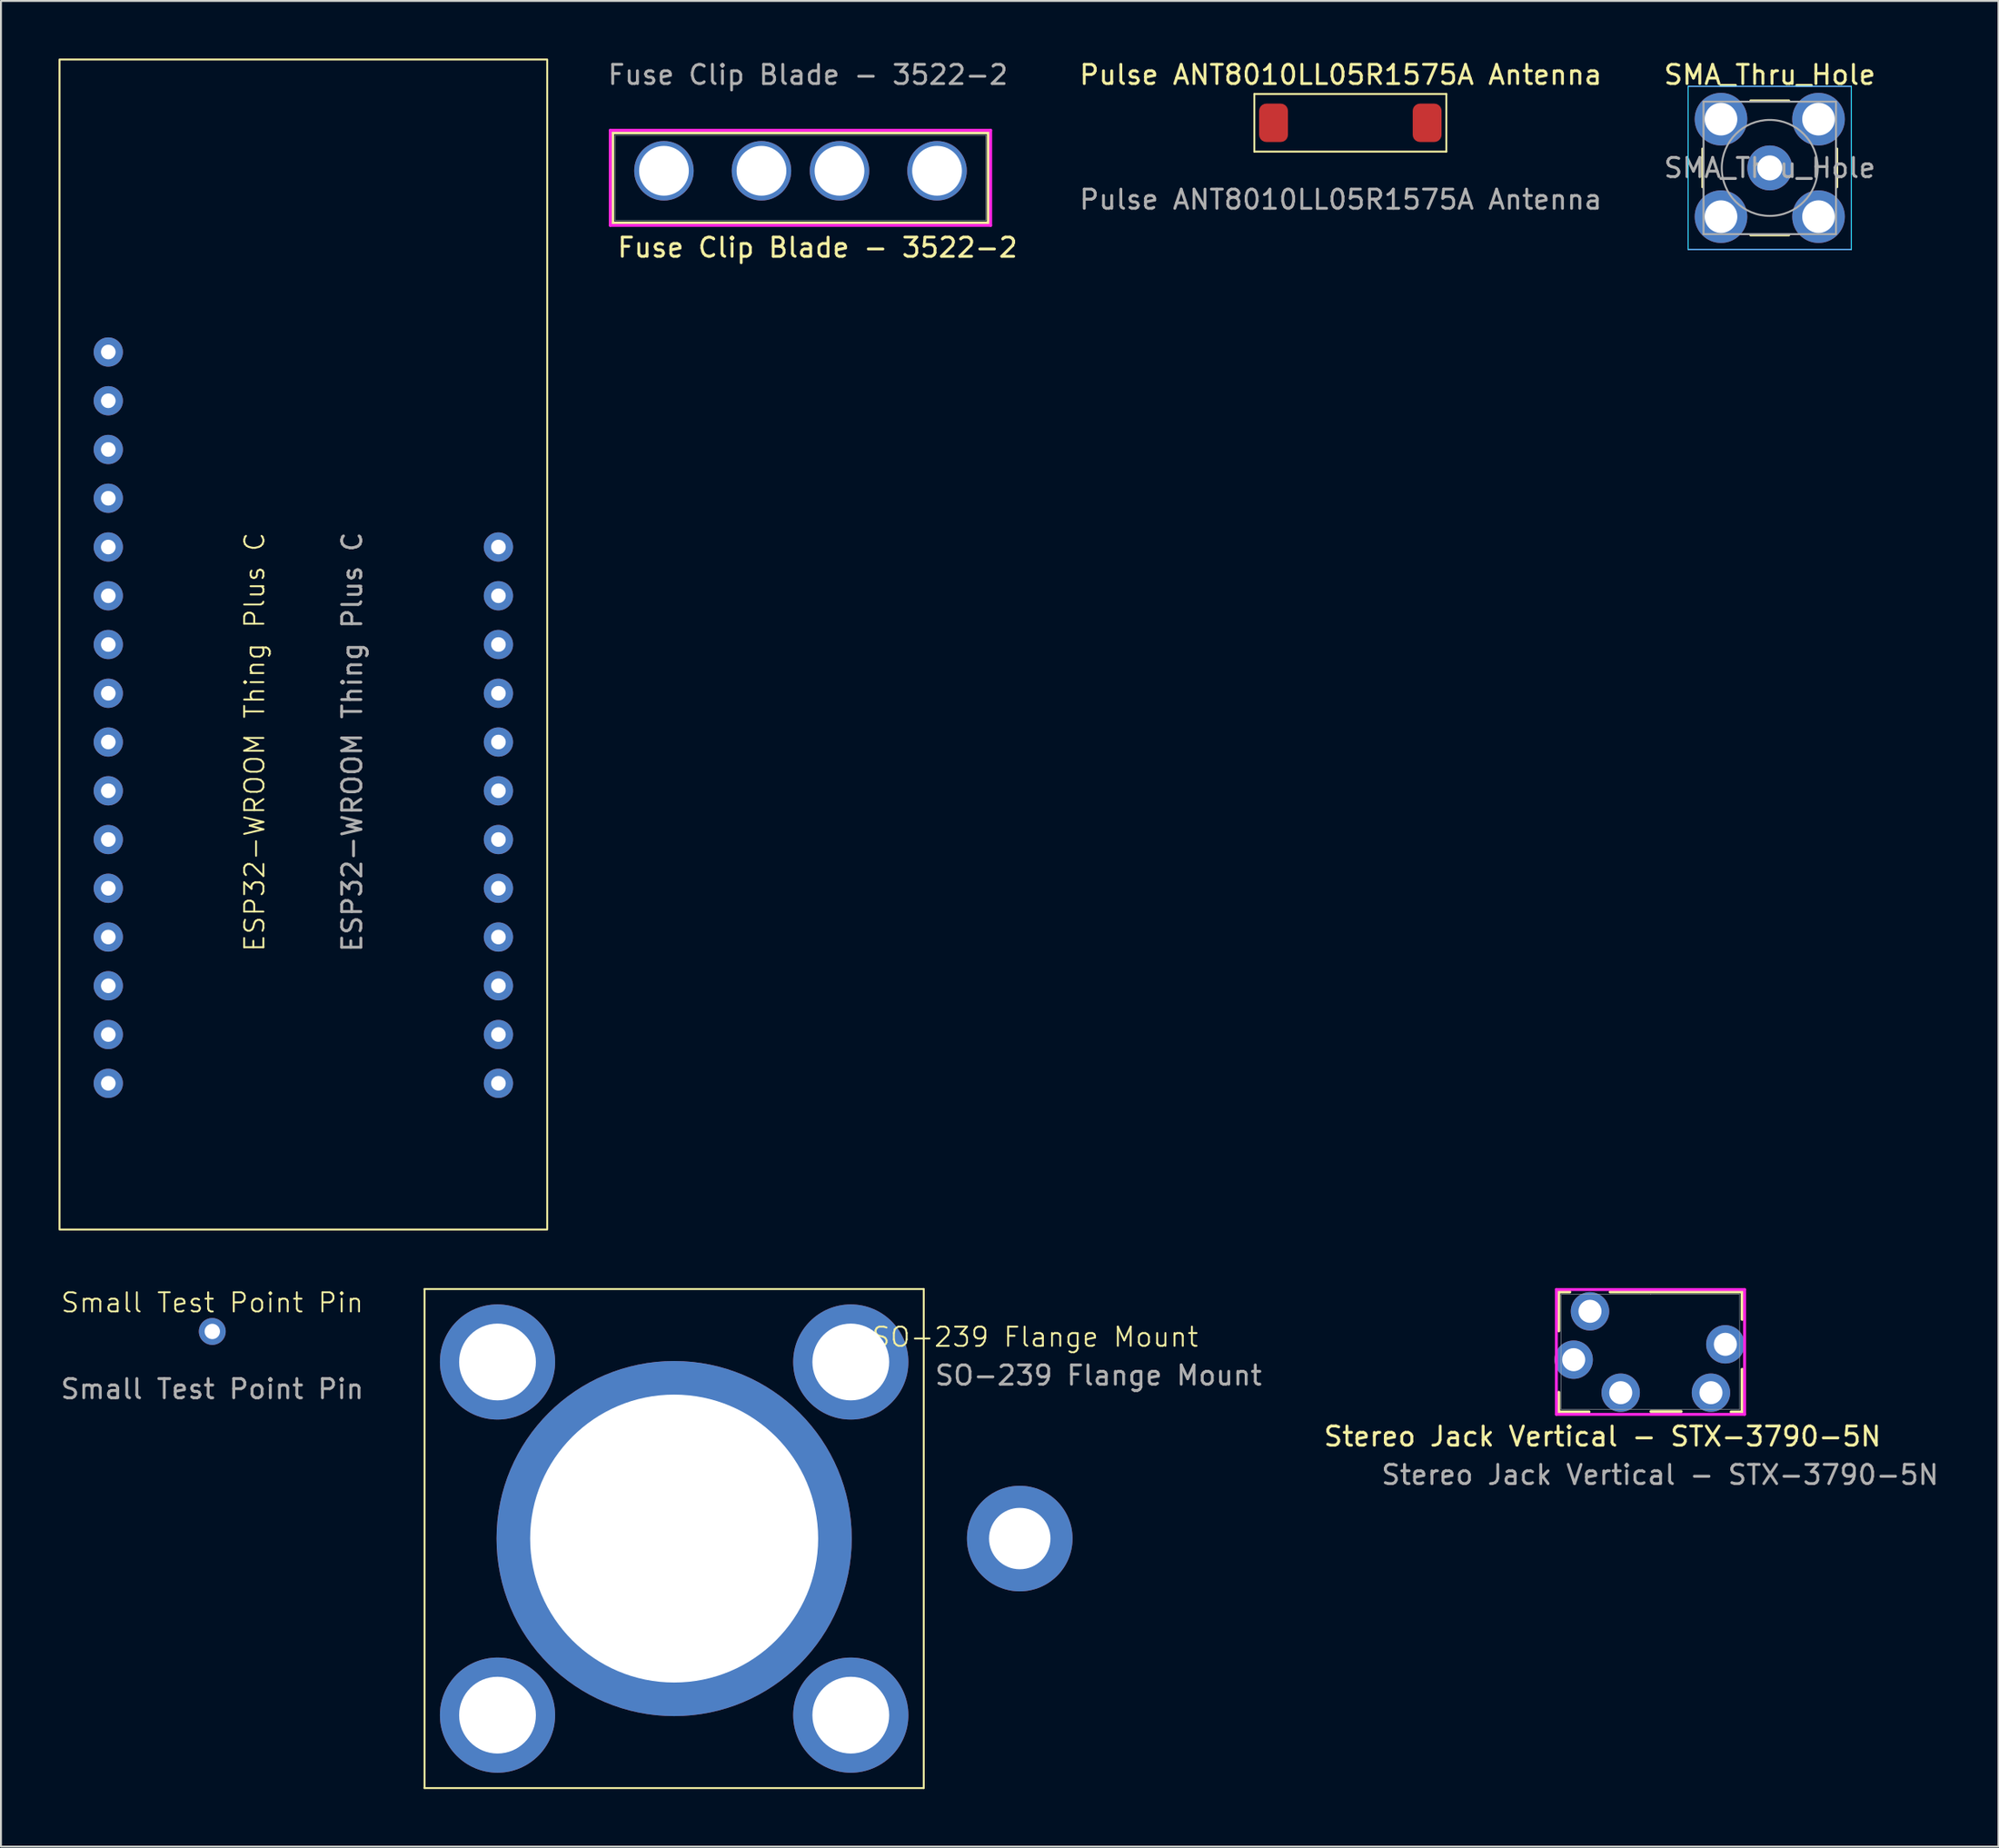
<source format=kicad_pcb>
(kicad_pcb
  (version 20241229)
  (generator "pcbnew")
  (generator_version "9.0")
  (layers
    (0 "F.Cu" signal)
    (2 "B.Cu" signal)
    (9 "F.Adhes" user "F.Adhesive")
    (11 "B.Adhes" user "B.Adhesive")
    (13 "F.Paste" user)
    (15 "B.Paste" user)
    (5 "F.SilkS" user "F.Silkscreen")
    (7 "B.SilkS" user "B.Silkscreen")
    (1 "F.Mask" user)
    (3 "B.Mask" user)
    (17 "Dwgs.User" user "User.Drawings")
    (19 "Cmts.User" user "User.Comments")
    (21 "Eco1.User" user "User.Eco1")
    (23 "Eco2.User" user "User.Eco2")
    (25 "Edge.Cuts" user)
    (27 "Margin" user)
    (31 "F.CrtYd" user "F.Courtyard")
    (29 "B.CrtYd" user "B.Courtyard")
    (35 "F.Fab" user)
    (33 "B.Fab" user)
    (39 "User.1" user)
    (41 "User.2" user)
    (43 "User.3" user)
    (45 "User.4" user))
  (footprint "Fuse Clip Blade - 3522-2"
    (layer "F.Cu")
    (at 31.53 5.848)
    (property "Reference" "Fuse Clip Blade - 3522-2" (at 8 4 0) (unlocked yes) (layer "F.SilkS") (effects (font (size 1 1) (thickness 0.15))))
    (attr through_hole)
    (fp_line (start -2.667 -1.981) (end -2.667 2.718) (stroke (width 0.152) (type solid)) (layer "F.SilkS"))
    (fp_line (start -2.667 2.718) (end 16.891 2.718) (stroke (width 0.152) (type solid)) (layer "F.SilkS"))
    (fp_line (start 16.891 -1.981) (end -2.667 -1.981) (stroke (width 0.152) (type solid)) (layer "F.SilkS"))
    (fp_line (start 16.891 2.718) (end 16.891 -1.981) (stroke (width 0.152) (type solid)) (layer "F.SilkS"))
    (fp_line (start -2.794 -2.108) (end -2.794 2.845) (stroke (width 0.152) (type solid)) (layer "F.CrtYd"))
    (fp_line (start -2.794 2.845) (end 17.018 2.845) (stroke (width 0.152) (type solid)) (layer "F.CrtYd"))
    (fp_line (start 17.018 -2.108) (end -2.794 -2.108) (stroke (width 0.152) (type solid)) (layer "F.CrtYd"))
    (fp_line (start 17.018 2.845) (end 17.018 -2.108) (stroke (width 0.152) (type solid)) (layer "F.CrtYd"))
    (fp_line (start -2.54 -1.854) (end -2.54 2.591) (stroke (width 0.025) (type solid)) (layer "F.Fab"))
    (fp_line (start -2.54 2.591) (end 16.764 2.591) (stroke (width 0.025) (type solid)) (layer "F.Fab"))
    (fp_line (start 16.764 -1.854) (end -2.54 -1.854) (stroke (width 0.025) (type solid)) (layer "F.Fab"))
    (fp_line (start 16.764 2.591) (end 16.764 -1.854) (stroke (width 0.025) (type solid)) (layer "F.Fab"))
    (fp_text user "${REFERENCE}" (at 7.5 -5 0) (unlocked yes) (layer "F.Fab") (effects (font (size 1 1) (thickness 0.15))))
    (pad "1" thru_hole circle (at 0 0) (size 3.099 3.099) (drill 2.591) (layers "*.Cu" "*.Mask"))
    (pad "2" thru_hole circle (at 5.08 0) (size 3.099 3.099) (drill 2.591) (layers "*.Cu" "*.Mask"))
    (pad "3" thru_hole circle (at 9.144 0) (size 3.099 3.099) (drill 2.591) (layers "*.Cu" "*.Mask"))
    (pad "4" thru_hole circle (at 14.224 0) (size 3.099 3.099) (drill 2.591) (layers "*.Cu" "*.Mask")))
  (footprint "Pulse ANT8010LL05R1575A Antenna"
    (layer "F.Cu")
    (at 66.78 3.348)
    (property "Reference" "Pulse ANT8010LL05R1575A Antenna" (at 0 -2.5 0) (unlocked yes) (layer "F.SilkS") (effects (font (size 1 1) (thickness 0.15))))
    (attr smd)
    (fp_line (start -4.5 -1.5) (end 5.5 -1.5) (stroke (width 0.1) (type default)) (layer "F.SilkS"))
    (fp_line (start -4.5 1.5) (end -4.5 -1.5) (stroke (width 0.1) (type default)) (layer "F.SilkS"))
    (fp_line (start 5.5 -1.5) (end 5.5 1.5) (stroke (width 0.1) (type default)) (layer "F.SilkS"))
    (fp_line (start 5.5 1.5) (end -4.5 1.5) (stroke (width 0.1) (type default)) (layer "F.SilkS"))
    (fp_text user "${REFERENCE}" (at 0 4 0) (unlocked yes) (layer "F.Fab") (effects (font (size 1 1) (thickness 0.15))))
    (pad "1" smd roundrect (at 4.5 0) (size 1.5 2) (layers "F.Cu" "F.Mask" "F.Paste") (roundrect_rratio 0.25))
    (pad "2" smd roundrect (at -3.5 0) (size 1.5 2) (layers "F.Cu" "F.Mask" "F.Paste") (roundrect_rratio 0.25)))
  (footprint "Stereo Jack Vertical - STX-3790-5N"
    (layer "F.Cu")
    (at 78.912 67.79)
    (property "Reference" "Stereo Jack Vertical - STX-3790-5N" (at 1.5 4 0) (unlocked yes) (layer "F.SilkS") (effects (font (size 1 1) (thickness 0.15))))
    (attr smd)
    (fp_line (start -0.775 -3.527) (end -0.775 -1.5) (stroke (width 0.152) (type solid)) (layer "F.SilkS"))
    (fp_line (start -0.775 1.7) (end -0.775 2.721) (stroke (width 0.152) (type solid)) (layer "F.SilkS"))
    (fp_line (start -0.775 2.721) (end 0.8 2.721) (stroke (width 0.152) (type solid)) (layer "F.SilkS"))
    (fp_line (start -0.2 -3.527) (end -0.775 -3.527) (stroke (width 0.152) (type solid)) (layer "F.SilkS"))
    (fp_line (start 4.025 2.7) (end 5.6 2.7) (stroke (width 0.152) (type solid)) (layer "F.SilkS"))
    (fp_line (start 8.2 2.721) (end 8.775 2.721) (stroke (width 0.152) (type solid)) (layer "F.SilkS"))
    (fp_line (start 8.775 -3.527) (end 1.9 -3.527) (stroke (width 0.152) (type solid)) (layer "F.SilkS"))
    (fp_line (start 8.775 -2.1) (end 8.775 -3.527) (stroke (width 0.152) (type solid)) (layer "F.SilkS"))
    (fp_line (start 8.775 2.721) (end 8.775 0.5) (stroke (width 0.152) (type solid)) (layer "F.SilkS"))
    (fp_line (start -0.902 -3.654) (end -0.902 2.848) (stroke (width 0.152) (type solid)) (layer "F.CrtYd"))
    (fp_line (start -0.902 2.848) (end 8.902 2.848) (stroke (width 0.152) (type solid)) (layer "F.CrtYd"))
    (fp_line (start 8.902 -3.654) (end -0.902 -3.654) (stroke (width 0.152) (type solid)) (layer "F.CrtYd"))
    (fp_line (start 8.902 2.848) (end 8.902 -3.654) (stroke (width 0.152) (type solid)) (layer "F.CrtYd"))
    (fp_line (start -0.648 -3.4) (end -0.648 2.594) (stroke (width 0.025) (type solid)) (layer "F.Fab"))
    (fp_line (start -0.648 2.594) (end 8.648 2.594) (stroke (width 0.025) (type solid)) (layer "F.Fab"))
    (fp_line (start 4 -3.4) (end 4 -3.4) (stroke (width 0.025) (type solid)) (layer "F.Fab"))
    (fp_line (start 4 -3.4) (end 4 -3.4) (stroke (width 0.025) (type solid)) (layer "F.Fab"))
    (fp_line (start 4 -3.4) (end 4 -3.4) (stroke (width 0.025) (type solid)) (layer "F.Fab"))
    (fp_line (start 4 -3.4) (end 4 -3.4) (stroke (width 0.025) (type solid)) (layer "F.Fab"))
    (fp_line (start 8.648 -3.4) (end -0.648 -3.4) (stroke (width 0.025) (type solid)) (layer "F.Fab"))
    (fp_line (start 8.648 2.594) (end 8.648 -3.4) (stroke (width 0.025) (type solid)) (layer "F.Fab"))
    (fp_text user "${REFERENCE}" (at 4.5 6 0) (unlocked yes) (layer "F.Fab") (effects (font (size 1 1) (thickness 0.15))))
    (pad "1" thru_hole circle (at 0 0) (size 2 2) (drill 1.2) (layers "*.Cu" "*.Mask"))
    (pad "2" thru_hole circle (at 0.85 -2.52) (size 2 2) (drill 1.2) (layers "*.Cu" "*.Mask"))
    (pad "3" thru_hole circle (at 7.15 1.72) (size 2 2) (drill 1.2) (layers "*.Cu" "*.Mask"))
    (pad "4" thru_hole circle (at 7.9 -0.8) (size 2 2) (drill 1.2) (layers "*.Cu" "*.Mask"))
    (pad "5" thru_hole circle (at 2.45 1.72) (size 2 2) (drill 1.2) (layers "*.Cu" "*.Mask")))
  (footprint "SO-239 Flange Mount"
    (layer "F.Cu")
    (at 32.062 77.11)
    (property "Reference" "SO-239 Flange Mount" (at 18.8 -10.5 0) (unlocked yes) (layer "F.SilkS") (effects (font (size 1 1) (thickness 0.1))))
    (attr smd)
    (fp_line (start -13 -13) (end 13 -13) (stroke (width 0.1) (type solid)) (layer "F.SilkS"))
    (fp_line (start -13 13) (end -13 -13) (stroke (width 0.1) (type default)) (layer "F.SilkS"))
    (fp_line (start 13 -13) (end 13 13) (stroke (width 0.1) (type default)) (layer "F.SilkS"))
    (fp_line (start 13 13) (end -13 13) (stroke (width 0.1) (type solid)) (layer "F.SilkS"))
    (fp_text user "${REFERENCE}" (at 22.1 -8.5 0) (unlocked yes) (layer "F.Fab") (effects (font (size 1 1) (thickness 0.15))))
    (pad "1" thru_hole circle (at 18 0) (size 5.5 5.5) (drill 3.2) (layers "*.Cu" "*.Mask"))
    (pad "2" thru_hole circle (at -9.2 -9.2) (size 6 6) (drill 4) (layers "*.Cu" "*.Mask"))
    (pad "2" thru_hole circle (at -9.2 9.2) (size 6 6) (drill 4) (layers "*.Cu" "*.Mask"))
    (pad "2" thru_hole circle (at 0 0) (size 18.5 18.5) (drill 15) (layers "*.Cu" "*.Mask"))
    (pad "2" thru_hole circle (at 9.2 -9.2) (size 6 6) (drill 4) (layers "*.Cu" "*.Mask"))
    (pad "2" thru_hole circle (at 9.2 9.2) (size 6 6) (drill 4) (layers "*.Cu" "*.Mask"))
    (zone (net_name "") (layer "F.SilkS") (hatch edge 0.5) (connect_pads) (min_thickness 0.25) (filled_areas_thickness no) (keepout (tracks not_allowed) (vias not_allowed) (pads not_allowed) (copperpour allowed) (footprints allowed)) (placement (enabled no)) (fill) (polygon (pts (xy 19.062 64.11) (xy 45.062 64.11) (xy 45.062 90.11) (xy 19.062 90.11)))))
  (footprint "Small Test Point Pin"
    (layer "F.Cu")
    (at 8.006 66.32)
    (property "Reference" "Small Test Point Pin" (at 0 -1.5 0) (unlocked yes) (layer "F.SilkS") (effects (font (size 1 1) (thickness 0.1))))
    (attr through_hole)
    (fp_text user "${REFERENCE}" (at 0 3 0) (unlocked yes) (layer "F.Fab") (effects (font (size 1 1) (thickness 0.15))))
    (pad "1" thru_hole circle (at 0 0) (size 1.4 1.4) (drill 0.8) (layers "*.Cu" "*.Mask")))
  (footprint "ESP32-WROOM Thing Plus C"
    (layer "F.Cu")
    (at 10.21 22.91)
    (property "Reference" "ESP32-WROOM Thing Plus C" (at 0 12.7 90) (unlocked yes) (layer "F.SilkS") (effects (font (size 1 1) (thickness 0.1))))
    (attr through_hole)
    (fp_rect (start 15.24 -22.86) (end -10.16 38.1) (stroke (width 0.1) (type default)) (fill no) (layer "F.SilkS"))
    (fp_text user "${REFERENCE}" (at 5.08 12.7 90) (unlocked yes) (layer "F.Fab") (effects (font (size 1 1) (thickness 0.15))))
    (pad "1" thru_hole circle (at -7.62 -7.62) (size 1.524 1.524) (drill 0.762) (layers "*.Cu" "*.Mask"))
    (pad "2" thru_hole circle (at -7.62 -5.08) (size 1.524 1.524) (drill 0.762) (layers "*.Cu" "*.Mask"))
    (pad "3" thru_hole circle (at -7.62 -2.54) (size 1.524 1.524) (drill 0.762) (layers "*.Cu" "*.Mask"))
    (pad "4" thru_hole circle (at -7.62 0) (size 1.524 1.524) (drill 0.762) (layers "*.Cu" "*.Mask"))
    (pad "5" thru_hole circle (at -7.62 2.54) (size 1.524 1.524) (drill 0.762) (layers "*.Cu" "*.Mask"))
    (pad "6" thru_hole circle (at -7.62 5.08) (size 1.524 1.524) (drill 0.762) (layers "*.Cu" "*.Mask"))
    (pad "7" thru_hole circle (at -7.62 7.62) (size 1.524 1.524) (drill 0.762) (layers "*.Cu" "*.Mask"))
    (pad "8" thru_hole circle (at -7.62 10.16) (size 1.524 1.524) (drill 0.762) (layers "*.Cu" "*.Mask"))
    (pad "9" thru_hole circle (at -7.62 12.7) (size 1.524 1.524) (drill 0.762) (layers "*.Cu" "*.Mask"))
    (pad "10" thru_hole circle (at -7.62 15.24) (size 1.524 1.524) (drill 0.762) (layers "*.Cu" "*.Mask"))
    (pad "11" thru_hole circle (at -7.62 17.78) (size 1.524 1.524) (drill 0.762) (layers "*.Cu" "*.Mask"))
    (pad "12" thru_hole circle (at -7.62 20.32) (size 1.524 1.524) (drill 0.762) (layers "*.Cu" "*.Mask"))
    (pad "13" thru_hole circle (at -7.62 22.86) (size 1.524 1.524) (drill 0.762) (layers "*.Cu" "*.Mask"))
    (pad "14" thru_hole circle (at -7.62 25.4) (size 1.524 1.524) (drill 0.762) (layers "*.Cu" "*.Mask"))
    (pad "15" thru_hole circle (at -7.62 27.94) (size 1.524 1.524) (drill 0.762) (layers "*.Cu" "*.Mask"))
    (pad "16" thru_hole circle (at -7.62 30.48) (size 1.524 1.524) (drill 0.762) (layers "*.Cu" "*.Mask"))
    (pad "17" thru_hole circle (at 12.7 30.48) (size 1.524 1.524) (drill 0.762) (layers "*.Cu" "*.Mask"))
    (pad "18" thru_hole circle (at 12.7 27.94) (size 1.524 1.524) (drill 0.762) (layers "*.Cu" "*.Mask"))
    (pad "19" thru_hole circle (at 12.7 25.4) (size 1.524 1.524) (drill 0.762) (layers "*.Cu" "*.Mask"))
    (pad "20" thru_hole circle (at 12.7 22.86) (size 1.524 1.524) (drill 0.762) (layers "*.Cu" "*.Mask"))
    (pad "21" thru_hole circle (at 12.7 20.32) (size 1.524 1.524) (drill 0.762) (layers "*.Cu" "*.Mask"))
    (pad "22" thru_hole circle (at 12.7 17.78) (size 1.524 1.524) (drill 0.762) (layers "*.Cu" "*.Mask"))
    (pad "23" thru_hole circle (at 12.7 15.24) (size 1.524 1.524) (drill 0.762) (layers "*.Cu" "*.Mask"))
    (pad "24" thru_hole circle (at 12.7 12.7) (size 1.524 1.524) (drill 0.762) (layers "*.Cu" "*.Mask"))
    (pad "25" thru_hole circle (at 12.7 10.16) (size 1.524 1.524) (drill 0.762) (layers "*.Cu" "*.Mask"))
    (pad "26" thru_hole circle (at 12.7 7.62) (size 1.524 1.524) (drill 0.762) (layers "*.Cu" "*.Mask"))
    (pad "27" thru_hole circle (at 12.7 5.08) (size 1.524 1.524) (drill 0.762) (layers "*.Cu" "*.Mask"))
    (pad "28" thru_hole circle (at 12.7 2.54) (size 1.524 1.524) (drill 0.762) (layers "*.Cu" "*.Mask")))
  (footprint "SMA_Thru_Hole"
    (layer "F.Cu")
    (at 89.125 5.698)
    (property "Reference" "SMA_Thru_Hole" (at 0 -4.85 0) (layer "F.SilkS") (effects (font (size 1 1) (thickness 0.15))))
    (attr through_hole)
    (fp_line (start -3.505 1) (end -3.505 -1) (stroke (width 0.12) (type solid)) (layer "F.SilkS"))
    (fp_line (start -1 -3.505) (end 1 -3.505) (stroke (width 0.12) (type solid)) (layer "F.SilkS"))
    (fp_line (start 1 3.505) (end -1 3.505) (stroke (width 0.12) (type solid)) (layer "F.SilkS"))
    (fp_line (start 3.505 -1) (end 3.505 1) (stroke (width 0.12) (type solid)) (layer "F.SilkS"))
    (fp_line (start -4.25 -4.25) (end 4.25 -4.25) (stroke (width 0.05) (type solid)) (layer "B.CrtYd"))
    (fp_line (start -4.25 4.25) (end -4.25 -4.25) (stroke (width 0.05) (type solid)) (layer "B.CrtYd"))
    (fp_line (start 4.25 -4.25) (end 4.25 4.25) (stroke (width 0.05) (type solid)) (layer "B.CrtYd"))
    (fp_line (start 4.25 4.25) (end -4.25 4.25) (stroke (width 0.05) (type solid)) (layer "B.CrtYd"))
    (fp_line (start -4.25 -4.25) (end 4.25 -4.25) (stroke (width 0.05) (type solid)) (layer "F.CrtYd"))
    (fp_line (start -4.25 4.25) (end -4.25 -4.25) (stroke (width 0.05) (type solid)) (layer "F.CrtYd"))
    (fp_line (start 4.25 -4.25) (end 4.25 4.25) (stroke (width 0.05) (type solid)) (layer "F.CrtYd"))
    (fp_line (start 4.25 4.25) (end -4.25 4.25) (stroke (width 0.05) (type solid)) (layer "F.CrtYd"))
    (fp_line (start -3.45 -3.45) (end -3.45 3.45) (stroke (width 0.1) (type solid)) (layer "F.Fab"))
    (fp_line (start -3.45 3.45) (end 3.45 3.45) (stroke (width 0.1) (type solid)) (layer "F.Fab"))
    (fp_line (start 3.45 -3.45) (end -3.45 -3.45) (stroke (width 0.1) (type solid)) (layer "F.Fab"))
    (fp_line (start 3.45 3.45) (end 3.45 -3.45) (stroke (width 0.1) (type solid)) (layer "F.Fab"))
    (fp_circle (center 0 0) (end 2.5 0) (stroke (width 0.1) (type solid)) (fill no) (layer "F.Fab"))
    (fp_text user "${REFERENCE}" (at 0 0 0) (layer "F.Fab") (effects (font (size 1 1) (thickness 0.15))))
    (pad "1" thru_hole circle (at 0 0) (size 2.34 2.34) (drill 1.3) (layers "*.Cu" "*.Mask"))
    (pad "2" thru_hole circle (at -2.54 -2.54) (size 2.74 2.74) (drill 1.7) (layers "*.Cu" "*.Mask"))
    (pad "2" thru_hole circle (at -2.54 2.54) (size 2.74 2.74) (drill 1.7) (layers "*.Cu" "*.Mask"))
    (pad "2" thru_hole circle (at 2.54 -2.54) (size 2.74 2.74) (drill 1.7) (layers "*.Cu" "*.Mask"))
    (pad "2" thru_hole circle (at 2.54 2.54) (size 2.74 2.74) (drill 1.7) (layers "*.Cu" "*.Mask")))
  (gr_rect
    (start -3 -3)
    (end 101.037 93.16)
    (stroke (width 0.1) (type default))
    (fill no)
    (layer "Edge.Cuts")))
</source>
